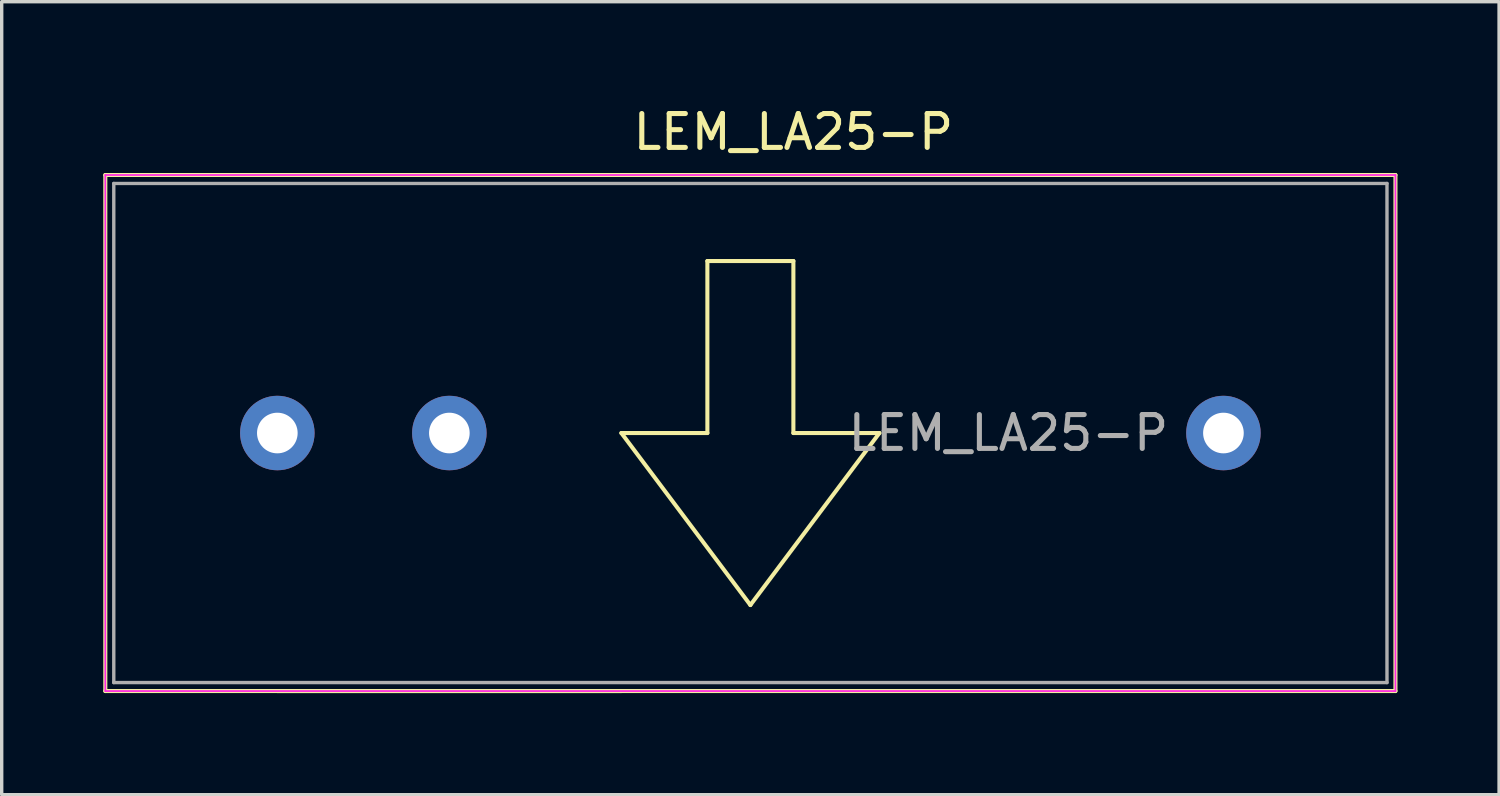
<source format=kicad_pcb>
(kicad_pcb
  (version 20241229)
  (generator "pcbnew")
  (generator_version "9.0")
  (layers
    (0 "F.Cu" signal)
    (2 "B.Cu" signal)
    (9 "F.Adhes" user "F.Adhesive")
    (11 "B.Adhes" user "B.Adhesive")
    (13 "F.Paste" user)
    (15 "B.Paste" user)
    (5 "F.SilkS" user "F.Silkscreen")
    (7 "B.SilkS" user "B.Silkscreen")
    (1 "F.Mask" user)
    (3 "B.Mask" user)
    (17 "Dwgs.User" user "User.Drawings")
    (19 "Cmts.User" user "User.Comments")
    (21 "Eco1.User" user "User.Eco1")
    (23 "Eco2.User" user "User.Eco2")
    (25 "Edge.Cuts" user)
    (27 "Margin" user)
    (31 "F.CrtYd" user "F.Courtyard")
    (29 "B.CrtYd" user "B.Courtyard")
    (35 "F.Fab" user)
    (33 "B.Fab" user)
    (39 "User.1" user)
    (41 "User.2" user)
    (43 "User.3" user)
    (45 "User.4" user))
  (footprint "LEM_LA25-P"
    (layer "F.Cu")
    (at 5.14 9.738)
    (property "Reference" "LEM_LA25-P" (at 15.24 -8.89 0) (layer "F.SilkS") (effects (font (size 1 1) (thickness 0.15))))
    (attr through_hole)
    (fp_line (start -5.08 -7.62) (end -5.08 7.62) (stroke (width 0.12) (type solid)) (layer "F.SilkS"))
    (fp_line (start -5.08 7.62) (end 33.02 7.62) (stroke (width 0.12) (type solid)) (layer "F.SilkS"))
    (fp_line (start 0 7.62) (end 10.16 7.62) (stroke (width 0.12) (type solid)) (layer "F.SilkS"))
    (fp_line (start 10.16 0) (end 13.97 5.08) (stroke (width 0.12) (type solid)) (layer "F.SilkS"))
    (fp_line (start 12.7 -5.08) (end 12.7 0) (stroke (width 0.12) (type solid)) (layer "F.SilkS"))
    (fp_line (start 12.7 0) (end 10.16 0) (stroke (width 0.12) (type solid)) (layer "F.SilkS"))
    (fp_line (start 13.97 5.08) (end 17.78 0) (stroke (width 0.12) (type solid)) (layer "F.SilkS"))
    (fp_line (start 15.24 -5.08) (end 12.7 -5.08) (stroke (width 0.12) (type solid)) (layer "F.SilkS"))
    (fp_line (start 15.24 0) (end 15.24 -5.08) (stroke (width 0.12) (type solid)) (layer "F.SilkS"))
    (fp_line (start 17.78 0) (end 15.24 0) (stroke (width 0.12) (type solid)) (layer "F.SilkS"))
    (fp_line (start 33.02 -7.62) (end -5.08 -7.62) (stroke (width 0.12) (type solid)) (layer "F.SilkS"))
    (fp_line (start 33.02 7.62) (end 33.02 -7.62) (stroke (width 0.12) (type solid)) (layer "F.SilkS"))
    (fp_line (start -5.08 -7.62) (end -5.08 7.62) (stroke (width 0.05) (type solid)) (layer "F.CrtYd"))
    (fp_line (start -5.08 -7.62) (end 33.02 -7.62) (stroke (width 0.05) (type solid)) (layer "F.CrtYd"))
    (fp_line (start 33.02 7.62) (end -5.08 7.62) (stroke (width 0.05) (type solid)) (layer "F.CrtYd"))
    (fp_line (start 33.02 7.62) (end 33.02 -7.62) (stroke (width 0.05) (type solid)) (layer "F.CrtYd"))
    (fp_line (start -4.83 -7.37) (end 32.77 -7.37) (stroke (width 0.1) (type solid)) (layer "F.Fab"))
    (fp_line (start -4.83 7.37) (end -4.83 -7.37) (stroke (width 0.1) (type solid)) (layer "F.Fab"))
    (fp_line (start 32.77 -7.37) (end 32.77 7.37) (stroke (width 0.1) (type solid)) (layer "F.Fab"))
    (fp_line (start 32.77 7.37) (end -4.83 7.37) (stroke (width 0.1) (type solid)) (layer "F.Fab"))
    (fp_text user "${REFERENCE}" (at 21.59 0 0) (layer "F.Fab") (effects (font (size 1 1) (thickness 0.15))))
    (pad "1" thru_hole circle (at 0 0) (size 2.2 2.2) (drill 1.2) (layers "*.Cu" "*.Mask"))
    (pad "2" thru_hole circle (at 5.08 0) (size 2.2 2.2) (drill 1.2) (layers "*.Cu" "*.Mask"))
    (pad "3" thru_hole circle (at 27.94 0) (size 2.2 2.2) (drill 1.2) (layers "*.Cu" "*.Mask")))
  (gr_rect
    (start -3 -3)
    (end 41.22 20.418)
    (stroke (width 0.1) (type default))
    (fill no)
    (layer "Edge.Cuts")))
</source>
